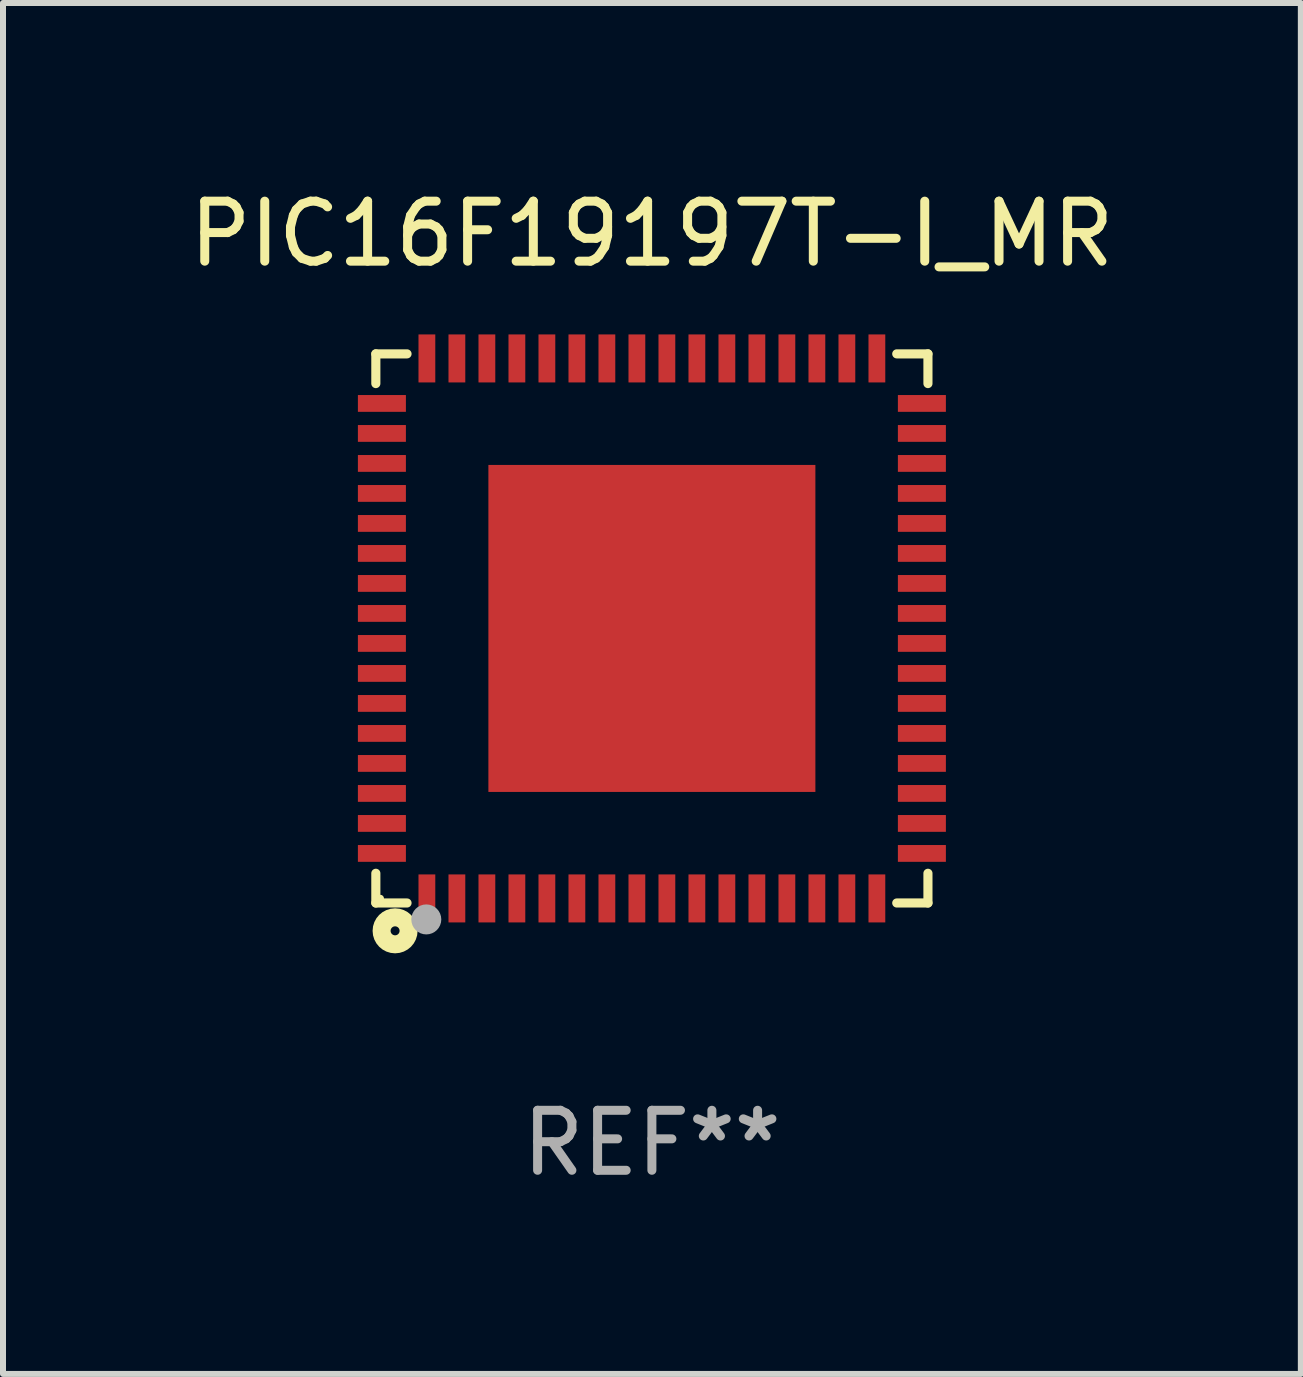
<source format=kicad_pcb>
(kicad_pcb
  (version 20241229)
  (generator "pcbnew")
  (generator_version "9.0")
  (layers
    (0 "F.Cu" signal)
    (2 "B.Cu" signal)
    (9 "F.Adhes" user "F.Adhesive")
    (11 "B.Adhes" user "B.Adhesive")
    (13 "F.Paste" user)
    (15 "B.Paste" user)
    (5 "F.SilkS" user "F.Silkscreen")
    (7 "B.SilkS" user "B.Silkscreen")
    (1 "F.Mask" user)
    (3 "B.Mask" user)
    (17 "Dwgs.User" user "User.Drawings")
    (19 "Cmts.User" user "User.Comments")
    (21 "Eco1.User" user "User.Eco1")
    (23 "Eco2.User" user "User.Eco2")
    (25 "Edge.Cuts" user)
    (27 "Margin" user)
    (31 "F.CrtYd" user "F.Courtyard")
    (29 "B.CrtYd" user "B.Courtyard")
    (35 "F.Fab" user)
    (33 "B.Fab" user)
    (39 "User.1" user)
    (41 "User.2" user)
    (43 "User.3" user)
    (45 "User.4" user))
  (footprint "PIC16F19197T-I_MR"
    (layer "F.Cu")
    (at 7.815 7.424)
    (property "Reference" "PIC16F19197T-I_MR" (at 0 -6.576 0) (layer "F.SilkS") (effects (font (size 1 1) (thickness 0.15))))
    (attr through_hole)
    (fp_line (start -4.601 -4.576) (end -4.081 -4.576) (stroke (width 0.152) (type solid)) (layer "F.SilkS"))
    (fp_line (start -4.601 -4.081) (end -4.601 -4.576) (stroke (width 0.152) (type solid)) (layer "F.SilkS"))
    (fp_line (start -4.601 4.081) (end -4.601 4.576) (stroke (width 0.152) (type solid)) (layer "F.SilkS"))
    (fp_line (start -4.601 4.576) (end -4.081 4.576) (stroke (width 0.152) (type solid)) (layer "F.SilkS"))
    (fp_line (start 4.601 -4.576) (end 4.081 -4.576) (stroke (width 0.152) (type solid)) (layer "F.SilkS"))
    (fp_line (start 4.601 -4.081) (end 4.601 -4.576) (stroke (width 0.152) (type solid)) (layer "F.SilkS"))
    (fp_line (start 4.601 4.081) (end 4.601 4.576) (stroke (width 0.152) (type solid)) (layer "F.SilkS"))
    (fp_line (start 4.601 4.576) (end 4.081 4.576) (stroke (width 0.152) (type solid)) (layer "F.SilkS"))
    (fp_circle (center -4.525 4.5) (end -4.495 4.5) (stroke (width 0.06) (type solid)) (fill no) (layer "F.SilkS"))
    (fp_circle (center -4.28 5.04) (end -4.205 5.04) (stroke (width 0.3) (type solid)) (fill no) (layer "F.SilkS"))
    (fp_circle (center -3.76 4.85) (end -3.635 4.85) (stroke (width 0.25) (type solid)) (fill no) (layer "F.Fab"))
    (fp_text user "REF**" (at 0 8.576 0) (layer "F.Fab") (effects (font (size 1 1) (thickness 0.15))))
    (pad "1" smd rect (at -3.75 4.5) (size 0.28 0.8) (layers "F.Cu" "F.Mask" "F.Paste"))
    (pad "2" smd rect (at -3.25 4.5) (size 0.28 0.8) (layers "F.Cu" "F.Mask" "F.Paste"))
    (pad "3" smd rect (at -2.75 4.5) (size 0.28 0.8) (layers "F.Cu" "F.Mask" "F.Paste"))
    (pad "4" smd rect (at -2.25 4.5) (size 0.28 0.8) (layers "F.Cu" "F.Mask" "F.Paste"))
    (pad "5" smd rect (at -1.75 4.5) (size 0.28 0.8) (layers "F.Cu" "F.Mask" "F.Paste"))
    (pad "6" smd rect (at -1.25 4.5) (size 0.28 0.8) (layers "F.Cu" "F.Mask" "F.Paste"))
    (pad "7" smd rect (at -0.75 4.5) (size 0.28 0.8) (layers "F.Cu" "F.Mask" "F.Paste"))
    (pad "8" smd rect (at -0.25 4.5) (size 0.28 0.8) (layers "F.Cu" "F.Mask" "F.Paste"))
    (pad "9" smd rect (at 0.25 4.5) (size 0.28 0.8) (layers "F.Cu" "F.Mask" "F.Paste"))
    (pad "10" smd rect (at 0.75 4.5) (size 0.28 0.8) (layers "F.Cu" "F.Mask" "F.Paste"))
    (pad "11" smd rect (at 1.25 4.5) (size 0.28 0.8) (layers "F.Cu" "F.Mask" "F.Paste"))
    (pad "12" smd rect (at 1.75 4.5) (size 0.28 0.8) (layers "F.Cu" "F.Mask" "F.Paste"))
    (pad "13" smd rect (at 2.25 4.5) (size 0.28 0.8) (layers "F.Cu" "F.Mask" "F.Paste"))
    (pad "14" smd rect (at 2.75 4.5) (size 0.28 0.8) (layers "F.Cu" "F.Mask" "F.Paste"))
    (pad "15" smd rect (at 3.25 4.5) (size 0.28 0.8) (layers "F.Cu" "F.Mask" "F.Paste"))
    (pad "16" smd rect (at 3.75 4.5) (size 0.28 0.8) (layers "F.Cu" "F.Mask" "F.Paste"))
    (pad "17" smd rect (at 4.5 3.75) (size 0.8 0.28) (layers "F.Cu" "F.Mask" "F.Paste"))
    (pad "18" smd rect (at 4.5 3.25) (size 0.8 0.28) (layers "F.Cu" "F.Mask" "F.Paste"))
    (pad "19" smd rect (at 4.5 2.75) (size 0.8 0.28) (layers "F.Cu" "F.Mask" "F.Paste"))
    (pad "20" smd rect (at 4.5 2.25) (size 0.8 0.28) (layers "F.Cu" "F.Mask" "F.Paste"))
    (pad "21" smd rect (at 4.5 1.75) (size 0.8 0.28) (layers "F.Cu" "F.Mask" "F.Paste"))
    (pad "22" smd rect (at 4.5 1.25) (size 0.8 0.28) (layers "F.Cu" "F.Mask" "F.Paste"))
    (pad "23" smd rect (at 4.5 0.75) (size 0.8 0.28) (layers "F.Cu" "F.Mask" "F.Paste"))
    (pad "24" smd rect (at 4.5 0.25) (size 0.8 0.28) (layers "F.Cu" "F.Mask" "F.Paste"))
    (pad "25" smd rect (at 4.5 -0.25) (size 0.8 0.28) (layers "F.Cu" "F.Mask" "F.Paste"))
    (pad "26" smd rect (at 4.5 -0.75) (size 0.8 0.28) (layers "F.Cu" "F.Mask" "F.Paste"))
    (pad "27" smd rect (at 4.5 -1.25) (size 0.8 0.28) (layers "F.Cu" "F.Mask" "F.Paste"))
    (pad "28" smd rect (at 4.5 -1.75) (size 0.8 0.28) (layers "F.Cu" "F.Mask" "F.Paste"))
    (pad "29" smd rect (at 4.5 -2.25) (size 0.8 0.28) (layers "F.Cu" "F.Mask" "F.Paste"))
    (pad "30" smd rect (at 4.5 -2.75) (size 0.8 0.28) (layers "F.Cu" "F.Mask" "F.Paste"))
    (pad "31" smd rect (at 4.5 -3.25) (size 0.8 0.28) (layers "F.Cu" "F.Mask" "F.Paste"))
    (pad "32" smd rect (at 4.5 -3.75) (size 0.8 0.28) (layers "F.Cu" "F.Mask" "F.Paste"))
    (pad "33" smd rect (at 3.75 -4.5) (size 0.28 0.8) (layers "F.Cu" "F.Mask" "F.Paste"))
    (pad "34" smd rect (at 3.25 -4.5) (size 0.28 0.8) (layers "F.Cu" "F.Mask" "F.Paste"))
    (pad "35" smd rect (at 2.75 -4.5) (size 0.28 0.8) (layers "F.Cu" "F.Mask" "F.Paste"))
    (pad "36" smd rect (at 2.25 -4.5) (size 0.28 0.8) (layers "F.Cu" "F.Mask" "F.Paste"))
    (pad "37" smd rect (at 1.75 -4.5) (size 0.28 0.8) (layers "F.Cu" "F.Mask" "F.Paste"))
    (pad "38" smd rect (at 1.25 -4.5) (size 0.28 0.8) (layers "F.Cu" "F.Mask" "F.Paste"))
    (pad "39" smd rect (at 0.75 -4.5) (size 0.28 0.8) (layers "F.Cu" "F.Mask" "F.Paste"))
    (pad "40" smd rect (at 0.25 -4.5) (size 0.28 0.8) (layers "F.Cu" "F.Mask" "F.Paste"))
    (pad "41" smd rect (at -0.25 -4.5) (size 0.28 0.8) (layers "F.Cu" "F.Mask" "F.Paste"))
    (pad "42" smd rect (at -0.75 -4.5) (size 0.28 0.8) (layers "F.Cu" "F.Mask" "F.Paste"))
    (pad "43" smd rect (at -1.25 -4.5) (size 0.28 0.8) (layers "F.Cu" "F.Mask" "F.Paste"))
    (pad "44" smd rect (at -1.75 -4.5) (size 0.28 0.8) (layers "F.Cu" "F.Mask" "F.Paste"))
    (pad "45" smd rect (at -2.25 -4.5) (size 0.28 0.8) (layers "F.Cu" "F.Mask" "F.Paste"))
    (pad "46" smd rect (at -2.75 -4.5) (size 0.28 0.8) (layers "F.Cu" "F.Mask" "F.Paste"))
    (pad "47" smd rect (at -3.25 -4.5) (size 0.28 0.8) (layers "F.Cu" "F.Mask" "F.Paste"))
    (pad "48" smd rect (at -3.75 -4.5) (size 0.28 0.8) (layers "F.Cu" "F.Mask" "F.Paste"))
    (pad "49" smd rect (at -4.5 -3.75) (size 0.8 0.28) (layers "F.Cu" "F.Mask" "F.Paste"))
    (pad "50" smd rect (at -4.5 -3.25) (size 0.8 0.28) (layers "F.Cu" "F.Mask" "F.Paste"))
    (pad "51" smd rect (at -4.5 -2.75) (size 0.8 0.28) (layers "F.Cu" "F.Mask" "F.Paste"))
    (pad "52" smd rect (at -4.5 -2.25) (size 0.8 0.28) (layers "F.Cu" "F.Mask" "F.Paste"))
    (pad "53" smd rect (at -4.5 -1.75) (size 0.8 0.28) (layers "F.Cu" "F.Mask" "F.Paste"))
    (pad "54" smd rect (at -4.5 -1.25) (size 0.8 0.28) (layers "F.Cu" "F.Mask" "F.Paste"))
    (pad "55" smd rect (at -4.5 -0.75) (size 0.8 0.28) (layers "F.Cu" "F.Mask" "F.Paste"))
    (pad "56" smd rect (at -4.5 -0.25) (size 0.8 0.28) (layers "F.Cu" "F.Mask" "F.Paste"))
    (pad "57" smd rect (at -4.5 0.25) (size 0.8 0.28) (layers "F.Cu" "F.Mask" "F.Paste"))
    (pad "58" smd rect (at -4.5 0.75) (size 0.8 0.28) (layers "F.Cu" "F.Mask" "F.Paste"))
    (pad "59" smd rect (at -4.5 1.25) (size 0.8 0.28) (layers "F.Cu" "F.Mask" "F.Paste"))
    (pad "60" smd rect (at -4.5 1.75) (size 0.8 0.28) (layers "F.Cu" "F.Mask" "F.Paste"))
    (pad "61" smd rect (at -4.5 2.25) (size 0.8 0.28) (layers "F.Cu" "F.Mask" "F.Paste"))
    (pad "62" smd rect (at -4.5 2.75) (size 0.8 0.28) (layers "F.Cu" "F.Mask" "F.Paste"))
    (pad "63" smd rect (at -4.5 3.25) (size 0.8 0.28) (layers "F.Cu" "F.Mask" "F.Paste"))
    (pad "64" smd rect (at -4.5 3.75) (size 0.8 0.28) (layers "F.Cu" "F.Mask" "F.Paste"))
    (pad "65" smd rect (at 0 0) (size 5.45 5.45) (layers "F.Cu" "F.Mask" "F.Paste")))
  (gr_rect
    (start -3 -3)
    (end 18.631 19.849)
    (stroke (width 0.1) (type default))
    (fill no)
    (layer "Edge.Cuts")))
</source>
